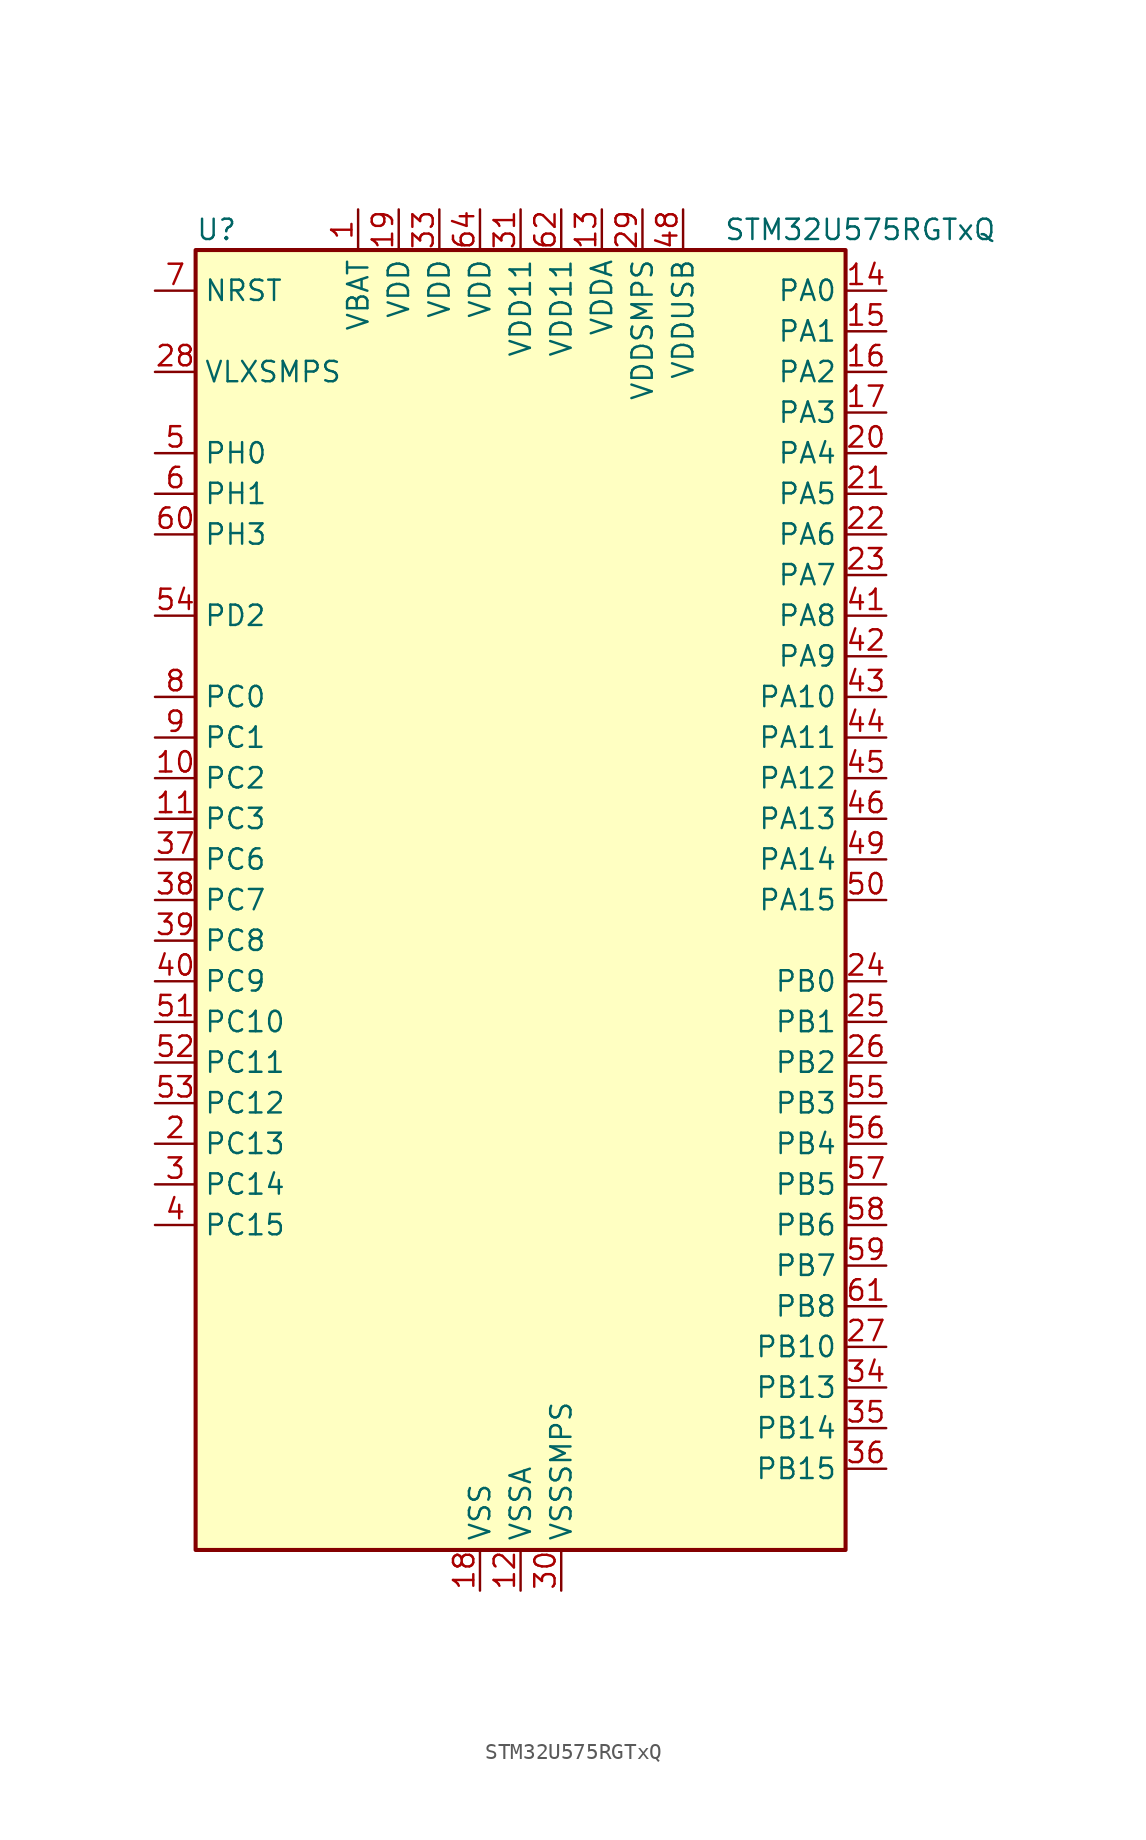
<source format=kicad_sym>
(kicad_symbol_lib
  (version 20211014)
  (generator kicad-library-utils)
  (symbol "STM32U575RGTxQ"
    (property "Reference" "U"
      (at -20.32 41.91 0)
      (effects (font (size 1.27 1.27)) (justify left)))
    (property "Value" "STM32U575RGTxQ"
      (at 12.7 41.91 0)
      (effects (font (size 1.27 1.27)) (justify left)))
    (property "ki_fp_filters" "LQFP*10x10mm*P0.5mm*"
      (at 0.0 0.0 0.0)
      (effects (font (size 1.27 1.27))))
    (symbol "STM32U575RGTxQ_0_1"
      (rectangle (start -20.32 -40.64) (end 20.32 40.64) (stroke (width 0.254)) (fill (type background))))
    (symbol "STM32U575RGTxQ_1_1"
      (pin input line (at -22.86 38.1 0) (length 2.54) (name "NRST" (effects (font (size 1.27 1.27)))) (number "7" (effects (font (size 1.27 1.27)))))
      (pin power_in line (at -22.86 33.02 0) (length 2.54) (name "VLXSMPS" (effects (font (size 1.27 1.27)))) (number "28" (effects (font (size 1.27 1.27)))))
      (pin bidirectional line (at -22.86 27.94 0) (length 2.54) (name "PH0" (effects (font (size 1.27 1.27)))) (number "5" (effects (font (size 1.27 1.27)))) (alternate "RCC_OSC_IN" bidirectional line))
      (pin bidirectional line (at -22.86 25.4 0) (length 2.54) (name "PH1" (effects (font (size 1.27 1.27)))) (number "6" (effects (font (size 1.27 1.27)))) (alternate "RCC_OSC_OUT" bidirectional line))
      (pin bidirectional line (at -22.86 22.86 0) (length 2.54) (name "PH3" (effects (font (size 1.27 1.27)))) (number "60" (effects (font (size 1.27 1.27)))))
      (pin bidirectional line (at -22.86 17.78 0) (length 2.54) (name "PD2" (effects (font (size 1.27 1.27)))) (number "54" (effects (font (size 1.27 1.27)))) (alternate "DEBUG_TRACED2" bidirectional line) (alternate "LPTIM4_ETR" bidirectional line) (alternate "SDMMC1_CMD" bidirectional line) (alternate "TIM3_ETR" bidirectional line) (alternate "TSC_SYNC" bidirectional line) (alternate "UART5_RX" bidirectional line) (alternate "USART3_DE" bidirectional line) (alternate "USART3_RTS" bidirectional line))
      (pin bidirectional line (at -22.86 12.7 0) (length 2.54) (name "PC0" (effects (font (size 1.27 1.27)))) (number "8" (effects (font (size 1.27 1.27)))) (alternate "ADC1_IN1" bidirectional line) (alternate "ADC4_IN1" bidirectional line) (alternate "I2C3_SCL" bidirectional line) (alternate "LPTIM1_IN1" bidirectional line) (alternate "LPTIM2_IN1" bidirectional line) (alternate "LPUART1_RX" bidirectional line) (alternate "MDF1_SDI4" bidirectional line) (alternate "OCTOSPIM_P1_IO7" bidirectional line) (alternate "SDMMC1_D5" bidirectional line) (alternate "SPI2_RDY" bidirectional line))
      (pin bidirectional line (at -22.86 10.16 0) (length 2.54) (name "PC1" (effects (font (size 1.27 1.27)))) (number "9" (effects (font (size 1.27 1.27)))) (alternate "ADC1_IN2" bidirectional line) (alternate "ADC4_IN2" bidirectional line) (alternate "DEBUG_TRACED0" bidirectional line) (alternate "I2C3_SDA" bidirectional line) (alternate "LPTIM1_CH1" bidirectional line) (alternate "LPUART1_TX" bidirectional line) (alternate "MDF1_CKI4" bidirectional line) (alternate "OCTOSPIM_P1_IO4" bidirectional line) (alternate "SAI1_SD_A" bidirectional line) (alternate "SDMMC2_CK" bidirectional line) (alternate "SPI2_MOSI" bidirectional line))
      (pin bidirectional line (at -22.86 7.62 0) (length 2.54) (name "PC2" (effects (font (size 1.27 1.27)))) (number "10" (effects (font (size 1.27 1.27)))) (alternate "ADC1_IN3" bidirectional line) (alternate "ADC4_IN3" bidirectional line) (alternate "LPTIM1_IN2" bidirectional line) (alternate "MDF1_CCK1" bidirectional line) (alternate "OCTOSPIM_P1_IO5" bidirectional line) (alternate "SPI2_MISO" bidirectional line))
      (pin bidirectional line (at -22.86 5.08 0) (length 2.54) (name "PC3" (effects (font (size 1.27 1.27)))) (number "11" (effects (font (size 1.27 1.27)))) (alternate "ADC1_IN4" bidirectional line) (alternate "ADC4_IN4" bidirectional line) (alternate "LPTIM1_ETR" bidirectional line) (alternate "LPTIM2_ETR" bidirectional line) (alternate "LPTIM3_CH1" bidirectional line) (alternate "OCTOSPIM_P1_IO6" bidirectional line) (alternate "SAI1_D1" bidirectional line) (alternate "SAI1_SD_A" bidirectional line) (alternate "SPI2_MOSI" bidirectional line))
      (pin bidirectional line (at -22.86 2.54 0) (length 2.54) (name "PC6" (effects (font (size 1.27 1.27)))) (number "37" (effects (font (size 1.27 1.27)))) (alternate "MDF1_CKI3" bidirectional line) (alternate "PWR_CSLEEP" bidirectional line) (alternate "SDMMC1_D0DIR" bidirectional line) (alternate "SDMMC1_D6" bidirectional line) (alternate "SDMMC2_D6" bidirectional line) (alternate "TIM3_CH1" bidirectional line) (alternate "TIM8_CH1" bidirectional line) (alternate "TSC_G4_IO1" bidirectional line))
      (pin bidirectional line (at -22.86 0.0 0) (length 2.54) (name "PC7" (effects (font (size 1.27 1.27)))) (number "38" (effects (font (size 1.27 1.27)))) (alternate "LPTIM2_CH2" bidirectional line) (alternate "MDF1_SDI3" bidirectional line) (alternate "PWR_CDSTOP" bidirectional line) (alternate "SDMMC1_D123DIR" bidirectional line) (alternate "SDMMC1_D7" bidirectional line) (alternate "SDMMC2_D7" bidirectional line) (alternate "TIM3_CH2" bidirectional line) (alternate "TIM8_CH2" bidirectional line) (alternate "TSC_G4_IO2" bidirectional line))
      (pin bidirectional line (at -22.86 -2.54 0) (length 2.54) (name "PC8" (effects (font (size 1.27 1.27)))) (number "39" (effects (font (size 1.27 1.27)))) (alternate "LPTIM3_CH1" bidirectional line) (alternate "PWR_SRDSTOP" bidirectional line) (alternate "SDMMC1_D0" bidirectional line) (alternate "TIM3_CH3" bidirectional line) (alternate "TIM8_CH3" bidirectional line) (alternate "TSC_G4_IO3" bidirectional line))
      (pin bidirectional line (at -22.86 -5.08 0) (length 2.54) (name "PC9" (effects (font (size 1.27 1.27)))) (number "40" (effects (font (size 1.27 1.27)))) (alternate "DAC1_EXTI9" bidirectional line) (alternate "DEBUG_TRACED0" bidirectional line) (alternate "LPTIM3_CH2" bidirectional line) (alternate "SDMMC1_D1" bidirectional line) (alternate "TIM3_CH4" bidirectional line) (alternate "TIM8_BKIN2" bidirectional line) (alternate "TIM8_CH4" bidirectional line) (alternate "TSC_G4_IO4" bidirectional line) (alternate "USB_OTG_FS_NOE" bidirectional line))
      (pin bidirectional line (at -22.86 -7.62 0) (length 2.54) (name "PC10" (effects (font (size 1.27 1.27)))) (number "51" (effects (font (size 1.27 1.27)))) (alternate "ADF1_CCK1" bidirectional line) (alternate "DEBUG_TRACED1" bidirectional line) (alternate "LPTIM3_ETR" bidirectional line) (alternate "SDMMC1_D2" bidirectional line) (alternate "SPI3_SCK" bidirectional line) (alternate "TSC_G3_IO2" bidirectional line) (alternate "UART4_TX" bidirectional line) (alternate "USART3_TX" bidirectional line))
      (pin bidirectional line (at -22.86 -10.16 0) (length 2.54) (name "PC11" (effects (font (size 1.27 1.27)))) (number "52" (effects (font (size 1.27 1.27)))) (alternate "ADC1_EXTI11" bidirectional line) (alternate "ADF1_SDI0" bidirectional line) (alternate "LPTIM3_IN1" bidirectional line) (alternate "OCTOSPIM_P1_NCS" bidirectional line) (alternate "SDMMC1_D3" bidirectional line) (alternate "SPI3_MISO" bidirectional line) (alternate "TSC_G3_IO3" bidirectional line) (alternate "UART4_RX" bidirectional line) (alternate "UCPD1_FRSTX2" bidirectional line) (alternate "USART3_RX" bidirectional line))
      (pin bidirectional line (at -22.86 -12.7 0) (length 2.54) (name "PC12" (effects (font (size 1.27 1.27)))) (number "53" (effects (font (size 1.27 1.27)))) (alternate "DEBUG_TRACED3" bidirectional line) (alternate "SDMMC1_CK" bidirectional line) (alternate "SPI3_MOSI" bidirectional line) (alternate "TSC_G3_IO4" bidirectional line) (alternate "UART5_TX" bidirectional line) (alternate "USART3_CK" bidirectional line))
      (pin bidirectional line (at -22.86 -15.24 0) (length 2.54) (name "PC13" (effects (font (size 1.27 1.27)))) (number "2" (effects (font (size 1.27 1.27)))) (alternate "PWR_WKUP2" bidirectional line) (alternate "RTC_OUT1" bidirectional line) (alternate "RTC_TS" bidirectional line) (alternate "TAMP_IN1" bidirectional line) (alternate "TAMP_OUT2" bidirectional line))
      (pin bidirectional line (at -22.86 -17.78 0) (length 2.54) (name "PC14" (effects (font (size 1.27 1.27)))) (number "3" (effects (font (size 1.27 1.27)))) (alternate "RCC_OSC32_IN" bidirectional line))
      (pin bidirectional line (at -22.86 -20.32 0) (length 2.54) (name "PC15" (effects (font (size 1.27 1.27)))) (number "4" (effects (font (size 1.27 1.27)))) (alternate "ADC1_EXTI15" bidirectional line) (alternate "ADC4_EXTI15" bidirectional line) (alternate "RCC_OSC32_OUT" bidirectional line))
      (pin bidirectional line (at 22.86 38.1 180) (length 2.54) (name "PA0" (effects (font (size 1.27 1.27)))) (number "14" (effects (font (size 1.27 1.27)))) (alternate "ADC1_IN5" bidirectional line) (alternate "AUDIOCLK" bidirectional line) (alternate "OCTOSPIM_P2_NCS" bidirectional line) (alternate "OPAMP1_VINP" bidirectional line) (alternate "PWR_WKUP1" bidirectional line) (alternate "SDMMC2_CMD" bidirectional line) (alternate "SPI3_RDY" bidirectional line) (alternate "TAMP_IN2" bidirectional line) (alternate "TAMP_OUT1" bidirectional line) (alternate "TIM2_CH1" bidirectional line) (alternate "TIM2_ETR" bidirectional line) (alternate "TIM5_CH1" bidirectional line) (alternate "TIM8_ETR" bidirectional line) (alternate "UART4_TX" bidirectional line) (alternate "USART2_CTS" bidirectional line))
      (pin bidirectional line (at 22.86 35.56 180) (length 2.54) (name "PA1" (effects (font (size 1.27 1.27)))) (number "15" (effects (font (size 1.27 1.27)))) (alternate "ADC1_IN6" bidirectional line) (alternate "I2C1_SMBA" bidirectional line) (alternate "LPTIM1_CH2" bidirectional line) (alternate "OCTOSPIM_P1_DQS" bidirectional line) (alternate "OPAMP1_VINM" bidirectional line) (alternate "PWR_WKUP3" bidirectional line) (alternate "SPI1_SCK" bidirectional line) (alternate "TAMP_IN5" bidirectional line) (alternate "TAMP_OUT4" bidirectional line) (alternate "TIM15_CH1N" bidirectional line) (alternate "TIM2_CH2" bidirectional line) (alternate "TIM5_CH2" bidirectional line) (alternate "UART4_RX" bidirectional line) (alternate "USART2_DE" bidirectional line) (alternate "USART2_RTS" bidirectional line))
      (pin bidirectional line (at 22.86 33.02 180) (length 2.54) (name "PA2" (effects (font (size 1.27 1.27)))) (number "16" (effects (font (size 1.27 1.27)))) (alternate "ADC1_IN7" bidirectional line) (alternate "COMP1_INP" bidirectional line) (alternate "LPUART1_TX" bidirectional line) (alternate "OCTOSPIM_P1_NCS" bidirectional line) (alternate "PWR_WKUP4" bidirectional line) (alternate "RCC_LSCO" bidirectional line) (alternate "SPI1_RDY" bidirectional line) (alternate "TIM15_CH1" bidirectional line) (alternate "TIM2_CH3" bidirectional line) (alternate "TIM5_CH3" bidirectional line) (alternate "UCPD1_FRSTX1" bidirectional line) (alternate "USART2_TX" bidirectional line))
      (pin bidirectional line (at 22.86 30.48 180) (length 2.54) (name "PA3" (effects (font (size 1.27 1.27)))) (number "17" (effects (font (size 1.27 1.27)))) (alternate "ADC1_IN8" bidirectional line) (alternate "LPUART1_RX" bidirectional line) (alternate "OCTOSPIM_P1_CLK" bidirectional line) (alternate "OPAMP1_VOUT" bidirectional line) (alternate "PWR_WKUP5" bidirectional line) (alternate "SAI1_CK1" bidirectional line) (alternate "SAI1_MCLK_A" bidirectional line) (alternate "TIM15_CH2" bidirectional line) (alternate "TIM2_CH4" bidirectional line) (alternate "TIM5_CH4" bidirectional line) (alternate "USART2_RX" bidirectional line))
      (pin bidirectional line (at 22.86 27.94 180) (length 2.54) (name "PA4" (effects (font (size 1.27 1.27)))) (number "20" (effects (font (size 1.27 1.27)))) (alternate "ADC1_IN9" bidirectional line) (alternate "ADC4_IN9" bidirectional line) (alternate "DAC1_OUT1" bidirectional line) (alternate "LPTIM2_CH1" bidirectional line) (alternate "OCTOSPIM_P1_NCS" bidirectional line) (alternate "PWR_WKUP2" bidirectional line) (alternate "SAI1_FS_B" bidirectional line) (alternate "SPI1_NSS" bidirectional line) (alternate "SPI3_NSS" bidirectional line) (alternate "USART2_CK" bidirectional line))
      (pin bidirectional line (at 22.86 25.4 180) (length 2.54) (name "PA5" (effects (font (size 1.27 1.27)))) (number "21" (effects (font (size 1.27 1.27)))) (alternate "ADC1_IN10" bidirectional line) (alternate "ADC4_IN10" bidirectional line) (alternate "DAC1_OUT2" bidirectional line) (alternate "LPTIM2_ETR" bidirectional line) (alternate "PWR_CSLEEP" bidirectional line) (alternate "PWR_WKUP6" bidirectional line) (alternate "SPI1_SCK" bidirectional line) (alternate "TIM2_CH1" bidirectional line) (alternate "TIM2_ETR" bidirectional line) (alternate "TIM8_CH1N" bidirectional line) (alternate "USART3_RX" bidirectional line))
      (pin bidirectional line (at 22.86 22.86 180) (length 2.54) (name "PA6" (effects (font (size 1.27 1.27)))) (number "22" (effects (font (size 1.27 1.27)))) (alternate "ADC1_IN11" bidirectional line) (alternate "ADC4_IN11" bidirectional line) (alternate "LPUART1_CTS" bidirectional line) (alternate "OCTOSPIM_P1_IO3" bidirectional line) (alternate "OPAMP2_VINP" bidirectional line) (alternate "PWR_CDSTOP" bidirectional line) (alternate "PWR_WKUP7" bidirectional line) (alternate "SPI1_MISO" bidirectional line) (alternate "TIM16_CH1" bidirectional line) (alternate "TIM1_BKIN" bidirectional line) (alternate "TIM3_CH1" bidirectional line) (alternate "TIM8_BKIN" bidirectional line) (alternate "USART3_CTS" bidirectional line))
      (pin bidirectional line (at 22.86 20.32 180) (length 2.54) (name "PA7" (effects (font (size 1.27 1.27)))) (number "23" (effects (font (size 1.27 1.27)))) (alternate "ADC1_IN12" bidirectional line) (alternate "ADC4_IN20" bidirectional line) (alternate "I2C3_SCL" bidirectional line) (alternate "LPTIM2_CH2" bidirectional line) (alternate "OCTOSPIM_P1_IO2" bidirectional line) (alternate "OPAMP2_VINM" bidirectional line) (alternate "PWR_SRDSTOP" bidirectional line) (alternate "PWR_WKUP8" bidirectional line) (alternate "SPI1_MOSI" bidirectional line) (alternate "TIM17_CH1" bidirectional line) (alternate "TIM1_CH1N" bidirectional line) (alternate "TIM3_CH2" bidirectional line) (alternate "TIM8_CH1N" bidirectional line) (alternate "USART3_TX" bidirectional line))
      (pin bidirectional line (at 22.86 17.78 180) (length 2.54) (name "PA8" (effects (font (size 1.27 1.27)))) (number "41" (effects (font (size 1.27 1.27)))) (alternate "DEBUG_TRACECLK" bidirectional line) (alternate "LPTIM2_CH1" bidirectional line) (alternate "RCC_MCO" bidirectional line) (alternate "SAI1_CK2" bidirectional line) (alternate "SAI1_SCK_A" bidirectional line) (alternate "SPI1_RDY" bidirectional line) (alternate "TIM1_CH1" bidirectional line) (alternate "USART1_CK" bidirectional line) (alternate "USB_OTG_FS_SOF" bidirectional line))
      (pin bidirectional line (at 22.86 15.24 180) (length 2.54) (name "PA9" (effects (font (size 1.27 1.27)))) (number "42" (effects (font (size 1.27 1.27)))) (alternate "DAC1_EXTI9" bidirectional line) (alternate "SAI1_FS_A" bidirectional line) (alternate "SPI2_SCK" bidirectional line) (alternate "TIM15_BKIN" bidirectional line) (alternate "TIM1_CH2" bidirectional line) (alternate "USART1_TX" bidirectional line) (alternate "USB_OTG_FS_VBUS" bidirectional line))
      (pin bidirectional line (at 22.86 12.7 180) (length 2.54) (name "PA10" (effects (font (size 1.27 1.27)))) (number "43" (effects (font (size 1.27 1.27)))) (alternate "CRS_SYNC" bidirectional line) (alternate "LPTIM2_IN2" bidirectional line) (alternate "SAI1_D1" bidirectional line) (alternate "SAI1_SD_A" bidirectional line) (alternate "TIM17_BKIN" bidirectional line) (alternate "TIM1_CH3" bidirectional line) (alternate "USART1_RX" bidirectional line) (alternate "USB_OTG_FS_ID" bidirectional line))
      (pin bidirectional line (at 22.86 10.16 180) (length 2.54) (name "PA11" (effects (font (size 1.27 1.27)))) (number "44" (effects (font (size 1.27 1.27)))) (alternate "ADC1_EXTI11" bidirectional line) (alternate "FDCAN1_RX" bidirectional line) (alternate "SPI1_MISO" bidirectional line) (alternate "TIM1_BKIN2" bidirectional line) (alternate "TIM1_CH4" bidirectional line) (alternate "USART1_CTS" bidirectional line) (alternate "USB_OTG_FS_DM" bidirectional line))
      (pin bidirectional line (at 22.86 7.62 180) (length 2.54) (name "PA12" (effects (font (size 1.27 1.27)))) (number "45" (effects (font (size 1.27 1.27)))) (alternate "FDCAN1_TX" bidirectional line) (alternate "OCTOSPIM_P2_NCS" bidirectional line) (alternate "SPI1_MOSI" bidirectional line) (alternate "TIM1_ETR" bidirectional line) (alternate "USART1_DE" bidirectional line) (alternate "USART1_RTS" bidirectional line) (alternate "USB_OTG_FS_DP" bidirectional line))
      (pin bidirectional line (at 22.86 5.08 180) (length 2.54) (name "PA13" (effects (font (size 1.27 1.27)))) (number "46" (effects (font (size 1.27 1.27)))) (alternate "DEBUG_JTMS-SWDIO" bidirectional line) (alternate "IR_OUT" bidirectional line) (alternate "SAI1_SD_B" bidirectional line) (alternate "USB_OTG_FS_NOE" bidirectional line))
      (pin bidirectional line (at 22.86 2.54 180) (length 2.54) (name "PA14" (effects (font (size 1.27 1.27)))) (number "49" (effects (font (size 1.27 1.27)))) (alternate "DEBUG_JTCK-SWCLK" bidirectional line) (alternate "I2C1_SMBA" bidirectional line) (alternate "I2C4_SMBA" bidirectional line) (alternate "LPTIM1_CH1" bidirectional line) (alternate "SAI1_FS_B" bidirectional line) (alternate "USB_OTG_FS_SOF" bidirectional line))
      (pin bidirectional line (at 22.86 0.0 180) (length 2.54) (name "PA15" (effects (font (size 1.27 1.27)))) (number "50" (effects (font (size 1.27 1.27)))) (alternate "ADC1_EXTI15" bidirectional line) (alternate "ADC4_EXTI15" bidirectional line) (alternate "DEBUG_JTDI" bidirectional line) (alternate "SPI1_NSS" bidirectional line) (alternate "SPI3_NSS" bidirectional line) (alternate "TIM2_CH1" bidirectional line) (alternate "TIM2_ETR" bidirectional line) (alternate "UART4_DE" bidirectional line) (alternate "UART4_RTS" bidirectional line) (alternate "UCPD1_CC1" bidirectional line) (alternate "USART2_RX" bidirectional line) (alternate "USART3_DE" bidirectional line) (alternate "USART3_RTS" bidirectional line))
      (pin bidirectional line (at 22.86 -5.08 180) (length 2.54) (name "PB0" (effects (font (size 1.27 1.27)))) (number "24" (effects (font (size 1.27 1.27)))) (alternate "ADC1_IN15" bidirectional line) (alternate "ADC4_IN18" bidirectional line) (alternate "AUDIOCLK" bidirectional line) (alternate "COMP1_OUT" bidirectional line) (alternate "LPTIM3_CH1" bidirectional line) (alternate "OCTOSPIM_P1_IO1" bidirectional line) (alternate "OPAMP2_VOUT" bidirectional line) (alternate "SPI1_NSS" bidirectional line) (alternate "TIM1_CH2N" bidirectional line) (alternate "TIM3_CH3" bidirectional line) (alternate "TIM8_CH2N" bidirectional line) (alternate "USART3_CK" bidirectional line))
      (pin bidirectional line (at 22.86 -7.62 180) (length 2.54) (name "PB1" (effects (font (size 1.27 1.27)))) (number "25" (effects (font (size 1.27 1.27)))) (alternate "ADC1_IN16" bidirectional line) (alternate "ADC4_IN19" bidirectional line) (alternate "COMP1_INM" bidirectional line) (alternate "LPTIM2_IN1" bidirectional line) (alternate "LPTIM3_CH2" bidirectional line) (alternate "LPUART1_DE" bidirectional line) (alternate "LPUART1_RTS" bidirectional line) (alternate "MDF1_SDI0" bidirectional line) (alternate "OCTOSPIM_P1_IO0" bidirectional line) (alternate "PWR_WKUP4" bidirectional line) (alternate "TIM1_CH3N" bidirectional line) (alternate "TIM3_CH4" bidirectional line) (alternate "TIM8_CH3N" bidirectional line) (alternate "USART3_DE" bidirectional line) (alternate "USART3_RTS" bidirectional line))
      (pin bidirectional line (at 22.86 -10.16 180) (length 2.54) (name "PB2" (effects (font (size 1.27 1.27)))) (number "26" (effects (font (size 1.27 1.27)))) (alternate "ADC1_IN17" bidirectional line) (alternate "COMP1_INP" bidirectional line) (alternate "I2C3_SMBA" bidirectional line) (alternate "LPTIM1_CH1" bidirectional line) (alternate "MDF1_CKI0" bidirectional line) (alternate "OCTOSPIM_P1_DQS" bidirectional line) (alternate "PWR_WKUP1" bidirectional line) (alternate "RTC_OUT2" bidirectional line) (alternate "SPI1_RDY" bidirectional line) (alternate "TIM8_CH4N" bidirectional line) (alternate "UCPD1_FRSTX1" bidirectional line))
      (pin bidirectional line (at 22.86 -12.7 180) (length 2.54) (name "PB3" (effects (font (size 1.27 1.27)))) (number "55" (effects (font (size 1.27 1.27)))) (alternate "ADF1_CCK0" bidirectional line) (alternate "COMP2_INM" bidirectional line) (alternate "CRS_SYNC" bidirectional line) (alternate "DEBUG_JTDO-SWO" bidirectional line) (alternate "I2C1_SDA" bidirectional line) (alternate "LPTIM1_CH1" bidirectional line) (alternate "SAI1_SCK_B" bidirectional line) (alternate "SDMMC2_D2" bidirectional line) (alternate "SPI1_SCK" bidirectional line) (alternate "SPI3_SCK" bidirectional line) (alternate "TIM2_CH2" bidirectional line) (alternate "USART1_DE" bidirectional line) (alternate "USART1_RTS" bidirectional line))
      (pin bidirectional line (at 22.86 -15.24 180) (length 2.54) (name "PB4" (effects (font (size 1.27 1.27)))) (number "56" (effects (font (size 1.27 1.27)))) (alternate "ADF1_SDI0" bidirectional line) (alternate "COMP2_INP" bidirectional line) (alternate "DEBUG_JTRST" bidirectional line) (alternate "I2C3_SDA" bidirectional line) (alternate "LPTIM1_CH2" bidirectional line) (alternate "SAI1_MCLK_B" bidirectional line) (alternate "SDMMC2_D3" bidirectional line) (alternate "SPI1_MISO" bidirectional line) (alternate "SPI3_MISO" bidirectional line) (alternate "TIM17_BKIN" bidirectional line) (alternate "TIM3_CH1" bidirectional line) (alternate "TSC_G2_IO1" bidirectional line) (alternate "UART5_DE" bidirectional line) (alternate "UART5_RTS" bidirectional line) (alternate "USART1_CTS" bidirectional line))
      (pin bidirectional line (at 22.86 -17.78 180) (length 2.54) (name "PB5" (effects (font (size 1.27 1.27)))) (number "57" (effects (font (size 1.27 1.27)))) (alternate "COMP2_OUT" bidirectional line) (alternate "I2C1_SMBA" bidirectional line) (alternate "LPTIM1_IN1" bidirectional line) (alternate "OCTOSPIM_P1_NCLK" bidirectional line) (alternate "PWR_WKUP6" bidirectional line) (alternate "SAI1_SD_B" bidirectional line) (alternate "SPI1_MOSI" bidirectional line) (alternate "SPI3_MOSI" bidirectional line) (alternate "TIM16_BKIN" bidirectional line) (alternate "TIM3_CH2" bidirectional line) (alternate "TSC_G2_IO2" bidirectional line) (alternate "UART5_CTS" bidirectional line) (alternate "UCPD1_DBCC1" bidirectional line) (alternate "USART1_CK" bidirectional line))
      (pin bidirectional line (at 22.86 -20.32 180) (length 2.54) (name "PB6" (effects (font (size 1.27 1.27)))) (number "58" (effects (font (size 1.27 1.27)))) (alternate "COMP2_INP" bidirectional line) (alternate "I2C1_SCL" bidirectional line) (alternate "I2C4_SCL" bidirectional line) (alternate "LPTIM1_ETR" bidirectional line) (alternate "MDF1_SDI5" bidirectional line) (alternate "PWR_WKUP3" bidirectional line) (alternate "SAI1_FS_B" bidirectional line) (alternate "TIM16_CH1N" bidirectional line) (alternate "TIM4_CH1" bidirectional line) (alternate "TIM8_BKIN2" bidirectional line) (alternate "TSC_G2_IO3" bidirectional line) (alternate "USART1_TX" bidirectional line))
      (pin bidirectional line (at 22.86 -22.86 180) (length 2.54) (name "PB7" (effects (font (size 1.27 1.27)))) (number "59" (effects (font (size 1.27 1.27)))) (alternate "COMP2_INM" bidirectional line) (alternate "I2C1_SDA" bidirectional line) (alternate "I2C4_SDA" bidirectional line) (alternate "LPTIM1_IN2" bidirectional line) (alternate "MDF1_CKI5" bidirectional line) (alternate "PWR_PVD_IN" bidirectional line) (alternate "PWR_WKUP4" bidirectional line) (alternate "TIM17_CH1N" bidirectional line) (alternate "TIM4_CH2" bidirectional line) (alternate "TIM8_BKIN" bidirectional line) (alternate "TSC_G2_IO4" bidirectional line) (alternate "UART4_CTS" bidirectional line) (alternate "USART1_RX" bidirectional line))
      (pin bidirectional line (at 22.86 -25.4 180) (length 2.54) (name "PB8" (effects (font (size 1.27 1.27)))) (number "61" (effects (font (size 1.27 1.27)))) (alternate "FDCAN1_RX" bidirectional line) (alternate "I2C1_SCL" bidirectional line) (alternate "MDF1_CCK0" bidirectional line) (alternate "PWR_WKUP5" bidirectional line) (alternate "SAI1_CK1" bidirectional line) (alternate "SAI1_MCLK_A" bidirectional line) (alternate "SDMMC1_CKIN" bidirectional line) (alternate "SDMMC1_D4" bidirectional line) (alternate "SDMMC2_D4" bidirectional line) (alternate "SPI3_RDY" bidirectional line) (alternate "TIM16_CH1" bidirectional line) (alternate "TIM4_CH3" bidirectional line))
      (pin bidirectional line (at 22.86 -27.94 180) (length 2.54) (name "PB10" (effects (font (size 1.27 1.27)))) (number "27" (effects (font (size 1.27 1.27)))) (alternate "COMP1_OUT" bidirectional line) (alternate "I2C2_SCL" bidirectional line) (alternate "I2C4_SCL" bidirectional line) (alternate "LPTIM3_CH1" bidirectional line) (alternate "LPUART1_RX" bidirectional line) (alternate "OCTOSPIM_P1_CLK" bidirectional line) (alternate "PWR_WKUP8" bidirectional line) (alternate "SAI1_SCK_A" bidirectional line) (alternate "SPI2_SCK" bidirectional line) (alternate "TIM2_CH3" bidirectional line) (alternate "TSC_SYNC" bidirectional line) (alternate "USART3_TX" bidirectional line))
      (pin bidirectional line (at 22.86 -30.48 180) (length 2.54) (name "PB13" (effects (font (size 1.27 1.27)))) (number "34" (effects (font (size 1.27 1.27)))) (alternate "I2C2_SCL" bidirectional line) (alternate "LPTIM3_IN1" bidirectional line) (alternate "LPUART1_CTS" bidirectional line) (alternate "MDF1_CKI1" bidirectional line) (alternate "SPI2_SCK" bidirectional line) (alternate "TIM15_CH1N" bidirectional line) (alternate "TIM1_CH1N" bidirectional line) (alternate "TSC_G1_IO2" bidirectional line) (alternate "USART3_CTS" bidirectional line))
      (pin bidirectional line (at 22.86 -33.02 180) (length 2.54) (name "PB14" (effects (font (size 1.27 1.27)))) (number "35" (effects (font (size 1.27 1.27)))) (alternate "I2C2_SDA" bidirectional line) (alternate "LPTIM3_ETR" bidirectional line) (alternate "MDF1_SDI2" bidirectional line) (alternate "SDMMC2_D0" bidirectional line) (alternate "SPI2_MISO" bidirectional line) (alternate "TIM15_CH1" bidirectional line) (alternate "TIM1_CH2N" bidirectional line) (alternate "TIM8_CH2N" bidirectional line) (alternate "TSC_G1_IO3" bidirectional line) (alternate "UCPD1_DBCC2" bidirectional line) (alternate "USART3_DE" bidirectional line) (alternate "USART3_RTS" bidirectional line))
      (pin bidirectional line (at 22.86 -35.56 180) (length 2.54) (name "PB15" (effects (font (size 1.27 1.27)))) (number "36" (effects (font (size 1.27 1.27)))) (alternate "ADC1_EXTI15" bidirectional line) (alternate "ADC4_EXTI15" bidirectional line) (alternate "LPTIM2_IN2" bidirectional line) (alternate "MDF1_CKI2" bidirectional line) (alternate "PWR_WKUP7" bidirectional line) (alternate "RTC_REFIN" bidirectional line) (alternate "SDMMC2_D1" bidirectional line) (alternate "SPI2_MOSI" bidirectional line) (alternate "TIM15_CH2" bidirectional line) (alternate "TIM1_CH3N" bidirectional line) (alternate "TIM8_CH3N" bidirectional line) (alternate "UCPD1_CC2" bidirectional line))
      (pin power_in line (at -10.16 43.18 270) (length 2.54) (name "VBAT" (effects (font (size 1.27 1.27)))) (number "1" (effects (font (size 1.27 1.27)))))
      (pin power_in line (at -7.62 43.18 270) (length 2.54) (name "VDD" (effects (font (size 1.27 1.27)))) (number "19" (effects (font (size 1.27 1.27)))))
      (pin power_in line (at -5.08 43.18 270) (length 2.54) (name "VDD" (effects (font (size 1.27 1.27)))) (number "33" (effects (font (size 1.27 1.27)))))
      (pin power_in line (at -2.54 43.18 270) (length 2.54) (name "VDD" (effects (font (size 1.27 1.27)))) (number "64" (effects (font (size 1.27 1.27)))))
      (pin power_in line (at 0.0 43.18 270) (length 2.54) (name "VDD11" (effects (font (size 1.27 1.27)))) (number "31" (effects (font (size 1.27 1.27)))))
      (pin power_in line (at 2.54 43.18 270) (length 2.54) (name "VDD11" (effects (font (size 1.27 1.27)))) (number "62" (effects (font (size 1.27 1.27)))))
      (pin power_in line (at 5.08 43.18 270) (length 2.54) (name "VDDA" (effects (font (size 1.27 1.27)))) (number "13" (effects (font (size 1.27 1.27)))))
      (pin power_in line (at 7.62 43.18 270) (length 2.54) (name "VDDSMPS" (effects (font (size 1.27 1.27)))) (number "29" (effects (font (size 1.27 1.27)))))
      (pin power_in line (at 10.16 43.18 270) (length 2.54) (name "VDDUSB" (effects (font (size 1.27 1.27)))) (number "48" (effects (font (size 1.27 1.27)))))
      (pin power_in line (at -2.54 -43.18 90) (length 2.54) (name "VSS" (effects (font (size 1.27 1.27)))) (number "18" (effects (font (size 1.27 1.27)))))
      (pin passive line (at -2.54 -43.18 90) (length 2.54) hide (name "VSS" (effects (font (size 1.27 1.27)))) (number "32" (effects (font (size 1.27 1.27)))))
      (pin passive line (at -2.54 -43.18 90) (length 2.54) hide (name "VSS" (effects (font (size 1.27 1.27)))) (number "47" (effects (font (size 1.27 1.27)))))
      (pin passive line (at -2.54 -43.18 90) (length 2.54) hide (name "VSS" (effects (font (size 1.27 1.27)))) (number "63" (effects (font (size 1.27 1.27)))))
      (pin power_in line (at 0.0 -43.18 90) (length 2.54) (name "VSSA" (effects (font (size 1.27 1.27)))) (number "12" (effects (font (size 1.27 1.27)))))
      (pin power_in line (at 2.54 -43.18 90) (length 2.54) (name "VSSSMPS" (effects (font (size 1.27 1.27)))) (number "30" (effects (font (size 1.27 1.27))))))))
</source>
